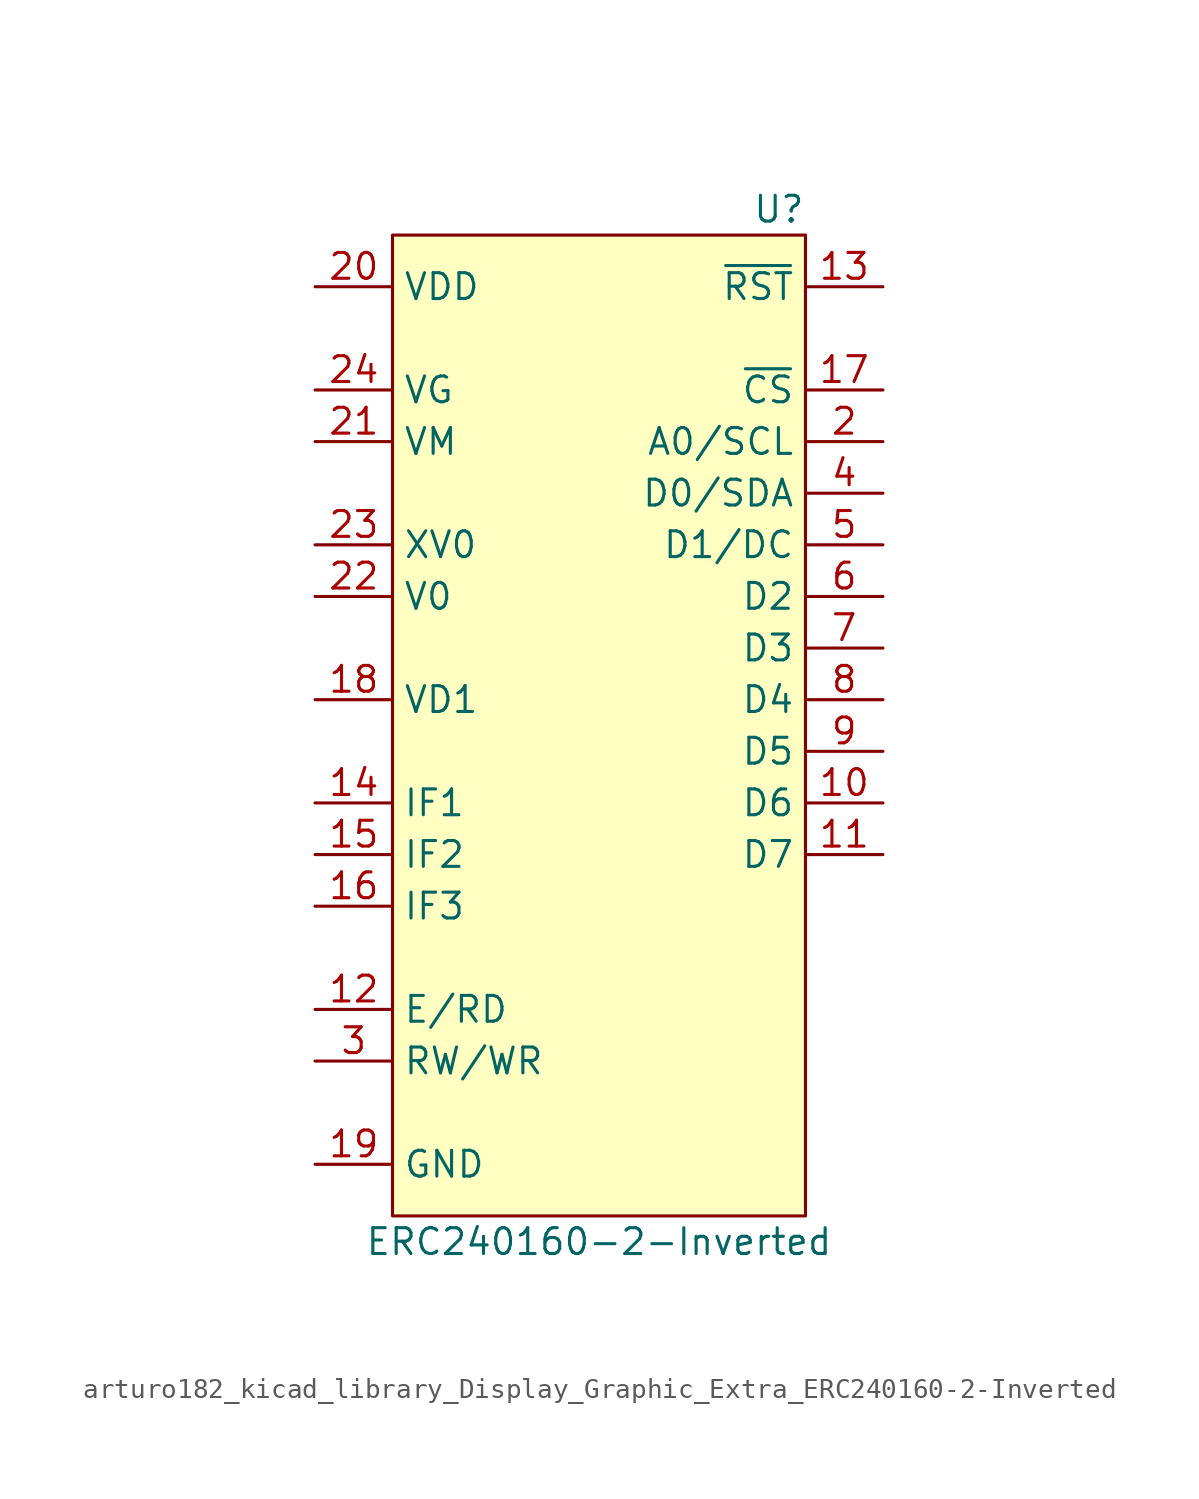
<source format=kicad_sym>
(kicad_symbol_lib
  (version 20220914)
  (generator kicad_symbol_editor)
  (symbol "arturo182_kicad_library_Display_Graphic_Extra_ERC240160-2-Inverted"
    (property "Reference" "U"
      (at 10.16 25.4 0)
      (effects (font (size 1.27 1.27)) (justify right)))
    (property "Value" "ERC240160-2-Inverted"
      (at 0 -25.4 0)
      (effects (font (size 1.27 1.27))))
    (symbol "arturo182_kicad_library_Display_Graphic_Extra_ERC240160-2-Inverted_0_1"
      (rectangle (start -10.16 24.13) (end 10.16 -24.13) (stroke (width 0) (type default)) (fill (type background))))
    (symbol "arturo182_kicad_library_Display_Graphic_Extra_ERC240160-2-Inverted_1_1"
      (pin passive line (at -13.97 -21.59 0) (length 3.81) hide (name "ESD" (effects (font (size 1.27 1.27)))) (number "1" (effects (font (size 1.27 1.27)))))
      (pin input line (at 13.97 -3.81 180) (length 3.81) (name "D6" (effects (font (size 1.27 1.27)))) (number "10" (effects (font (size 1.27 1.27)))))
      (pin input line (at 13.97 -6.35 180) (length 3.81) (name "D7" (effects (font (size 1.27 1.27)))) (number "11" (effects (font (size 1.27 1.27)))))
      (pin input line (at -13.97 -13.97 0) (length 3.81) (name "E/RD" (effects (font (size 1.27 1.27)))) (number "12" (effects (font (size 1.27 1.27)))))
      (pin input line (at 13.97 21.59 180) (length 3.81) (name "~{RST}" (effects (font (size 1.27 1.27)))) (number "13" (effects (font (size 1.27 1.27)))))
      (pin input line (at -13.97 -3.81 0) (length 3.81) (name "IF1" (effects (font (size 1.27 1.27)))) (number "14" (effects (font (size 1.27 1.27)))))
      (pin input line (at -13.97 -6.35 0) (length 3.81) (name "IF2" (effects (font (size 1.27 1.27)))) (number "15" (effects (font (size 1.27 1.27)))))
      (pin input line (at -13.97 -8.89 0) (length 3.81) (name "IF3" (effects (font (size 1.27 1.27)))) (number "16" (effects (font (size 1.27 1.27)))))
      (pin input line (at 13.97 16.51 180) (length 3.81) (name "~{CS}" (effects (font (size 1.27 1.27)))) (number "17" (effects (font (size 1.27 1.27)))))
      (pin input line (at -13.97 1.27 0) (length 3.81) (name "VD1" (effects (font (size 1.27 1.27)))) (number "18" (effects (font (size 1.27 1.27)))))
      (pin input line (at -13.97 -21.59 0) (length 3.81) (name "GND" (effects (font (size 1.27 1.27)))) (number "19" (effects (font (size 1.27 1.27)))))
      (pin input line (at 13.97 13.97 180) (length 3.81) (name "A0/SCL" (effects (font (size 1.27 1.27)))) (number "2" (effects (font (size 1.27 1.27)))))
      (pin input line (at -13.97 21.59 0) (length 3.81) (name "VDD" (effects (font (size 1.27 1.27)))) (number "20" (effects (font (size 1.27 1.27)))))
      (pin input line (at -13.97 13.97 0) (length 3.81) (name "VM" (effects (font (size 1.27 1.27)))) (number "21" (effects (font (size 1.27 1.27)))))
      (pin input line (at -13.97 6.35 0) (length 3.81) (name "V0" (effects (font (size 1.27 1.27)))) (number "22" (effects (font (size 1.27 1.27)))))
      (pin input line (at -13.97 8.89 0) (length 3.81) (name "XV0" (effects (font (size 1.27 1.27)))) (number "23" (effects (font (size 1.27 1.27)))))
      (pin input line (at -13.97 16.51 0) (length 3.81) (name "VG" (effects (font (size 1.27 1.27)))) (number "24" (effects (font (size 1.27 1.27)))))
      (pin passive line (at -13.97 -21.59 0) (length 3.81) hide (name "ESD" (effects (font (size 1.27 1.27)))) (number "25" (effects (font (size 1.27 1.27)))))
      (pin input line (at -13.97 -16.51 0) (length 3.81) (name "RW/WR" (effects (font (size 1.27 1.27)))) (number "3" (effects (font (size 1.27 1.27)))))
      (pin input line (at 13.97 11.43 180) (length 3.81) (name "D0/SDA" (effects (font (size 1.27 1.27)))) (number "4" (effects (font (size 1.27 1.27)))))
      (pin input line (at 13.97 8.89 180) (length 3.81) (name "D1/DC" (effects (font (size 1.27 1.27)))) (number "5" (effects (font (size 1.27 1.27)))))
      (pin input line (at 13.97 6.35 180) (length 3.81) (name "D2" (effects (font (size 1.27 1.27)))) (number "6" (effects (font (size 1.27 1.27)))))
      (pin input line (at 13.97 3.81 180) (length 3.81) (name "D3" (effects (font (size 1.27 1.27)))) (number "7" (effects (font (size 1.27 1.27)))))
      (pin input line (at 13.97 1.27 180) (length 3.81) (name "D4" (effects (font (size 1.27 1.27)))) (number "8" (effects (font (size 1.27 1.27)))))
      (pin input line (at 13.97 -1.27 180) (length 3.81) (name "D5" (effects (font (size 1.27 1.27)))) (number "9" (effects (font (size 1.27 1.27))))))))
</source>
